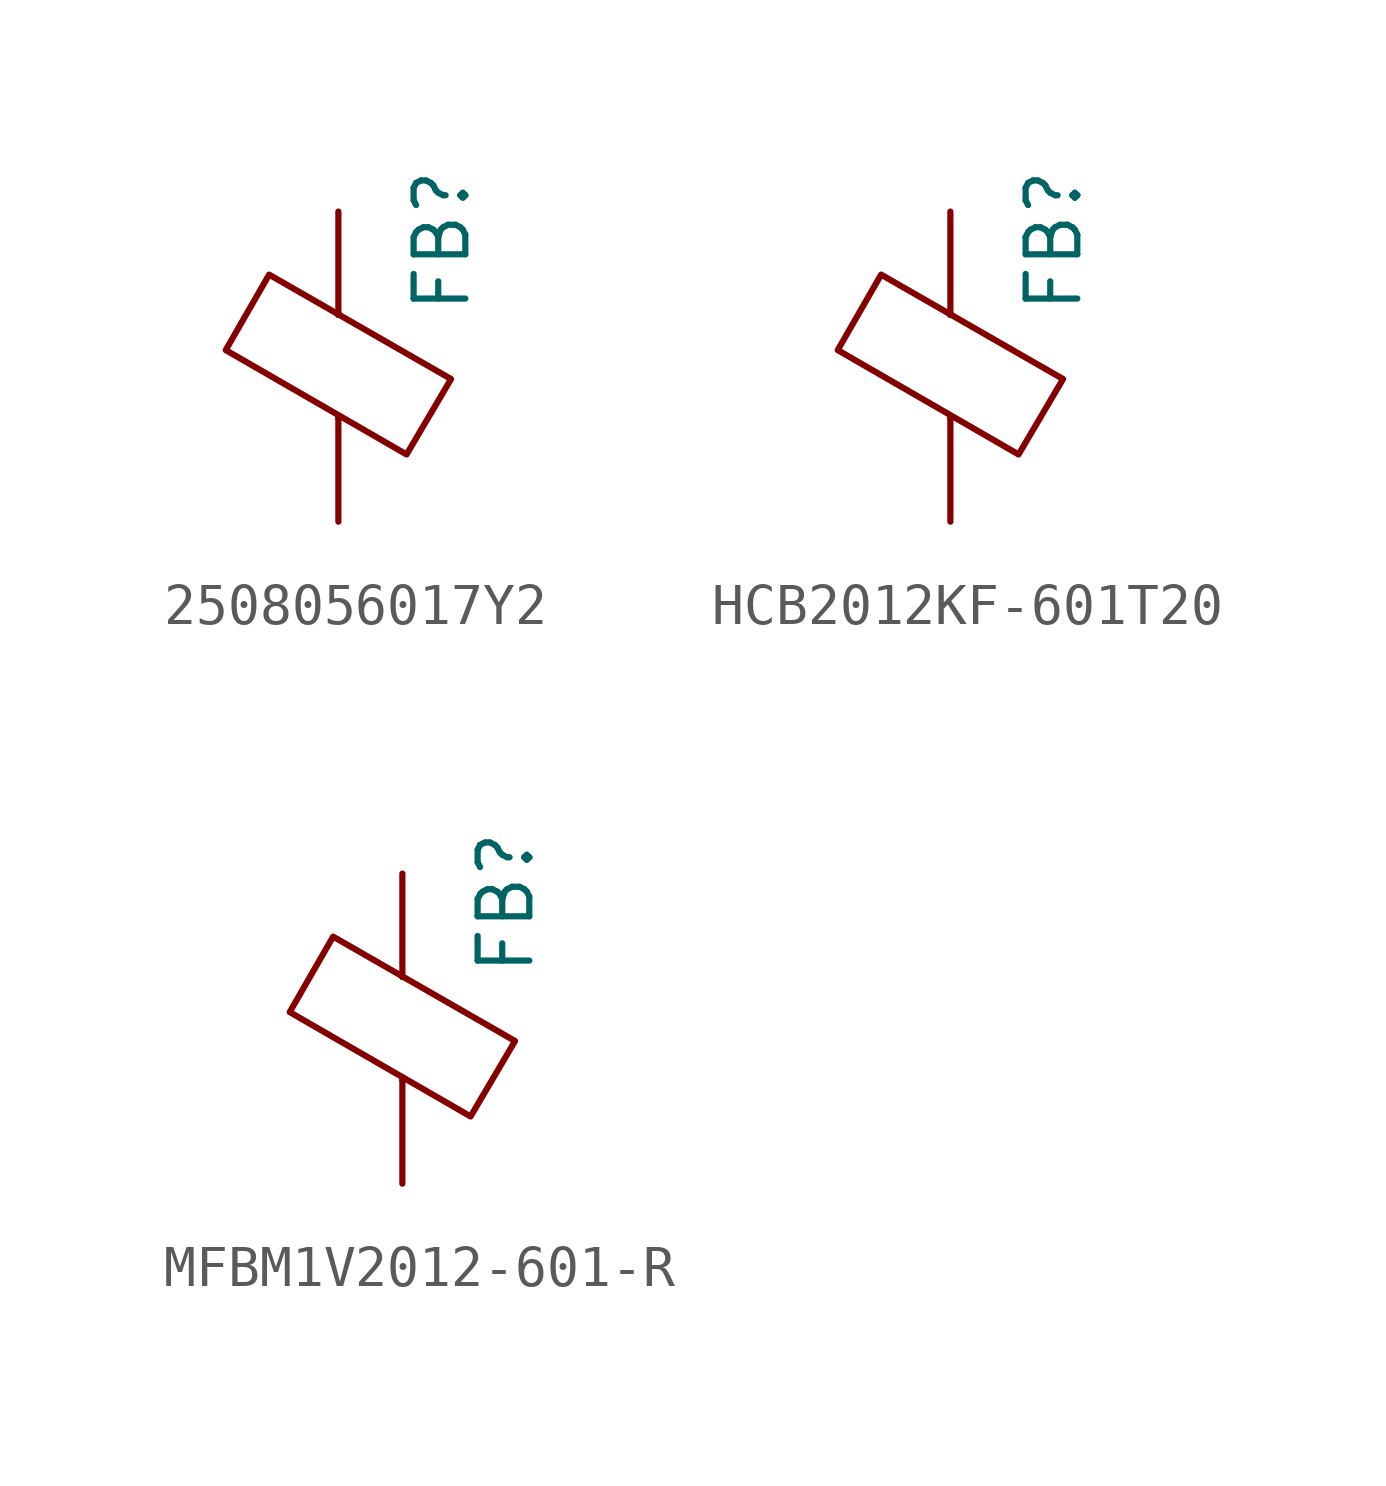
<source format=kicad_sym>
(kicad_symbol_lib
  (version 20220914)
  (generator kicad_symbol_editor)
  (symbol "2508056017Y2"
    (pin_numbers hide)
    (pin_names
      (offset 0))
    (property "Reference" "FB"
      (at 2.54 1.27 90)
      (effects (font (size 1.27 1.27)) (justify left)))
    (symbol "2508056017Y2_0_1"
      (polyline (pts (xy 0 -1.27) (xy 0 -1.219)) (stroke (width 0) (type default)) (fill (type none)))
      (polyline (pts (xy 0 1.27) (xy 0 1.295)) (stroke (width 0) (type default)) (fill (type none)))
      (polyline (pts (xy -2.769 0.406) (xy -1.702 2.261) (xy 2.769 -0.305) (xy 1.676 -2.159) (xy -2.769 0.406)) (stroke (width 0) (type default)) (fill (type none))))
    (symbol "2508056017Y2_1_1"
      (pin passive line (at 0 3.81 270) (length 2.54) (name "~" (effects (font (size 1.27 1.27)))) (number "1" (effects (font (size 1.27 1.27)))))
      (pin passive line (at 0 -3.81 90) (length 2.54) (name "~" (effects (font (size 1.27 1.27)))) (number "2" (effects (font (size 1.27 1.27)))))))
  (symbol "HCB2012KF-601T20"
    (pin_numbers hide)
    (pin_names
      (offset 0))
    (property "Reference" "FB"
      (at 2.54 1.27 90)
      (effects (font (size 1.27 1.27)) (justify left)))
    (symbol "HCB2012KF-601T20_0_1"
      (polyline (pts (xy 0 -1.27) (xy 0 -1.219)) (stroke (width 0) (type default)) (fill (type none)))
      (polyline (pts (xy 0 1.27) (xy 0 1.295)) (stroke (width 0) (type default)) (fill (type none)))
      (polyline (pts (xy -2.769 0.406) (xy -1.702 2.261) (xy 2.769 -0.305) (xy 1.676 -2.159) (xy -2.769 0.406)) (stroke (width 0) (type default)) (fill (type none))))
    (symbol "HCB2012KF-601T20_1_1"
      (pin passive line (at 0 3.81 270) (length 2.54) (name "~" (effects (font (size 1.27 1.27)))) (number "1" (effects (font (size 1.27 1.27)))))
      (pin passive line (at 0 -3.81 90) (length 2.54) (name "~" (effects (font (size 1.27 1.27)))) (number "2" (effects (font (size 1.27 1.27)))))))
  (symbol "MFBM1V2012-601-R"
    (pin_numbers hide)
    (pin_names
      (offset 0))
    (property "Reference" "FB"
      (at 2.54 1.27 90)
      (effects (font (size 1.27 1.27)) (justify left)))
    (symbol "MFBM1V2012-601-R_0_1"
      (polyline (pts (xy 0 -1.27) (xy 0 -1.219)) (stroke (width 0) (type default)) (fill (type none)))
      (polyline (pts (xy 0 1.27) (xy 0 1.295)) (stroke (width 0) (type default)) (fill (type none)))
      (polyline (pts (xy -2.769 0.406) (xy -1.702 2.261) (xy 2.769 -0.305) (xy 1.676 -2.159) (xy -2.769 0.406)) (stroke (width 0) (type default)) (fill (type none))))
    (symbol "MFBM1V2012-601-R_1_1"
      (pin passive line (at 0 3.81 270) (length 2.54) (name "~" (effects (font (size 1.27 1.27)))) (number "1" (effects (font (size 1.27 1.27)))))
      (pin passive line (at 0 -3.81 90) (length 2.54) (name "~" (effects (font (size 1.27 1.27)))) (number "2" (effects (font (size 1.27 1.27))))))))
</source>
